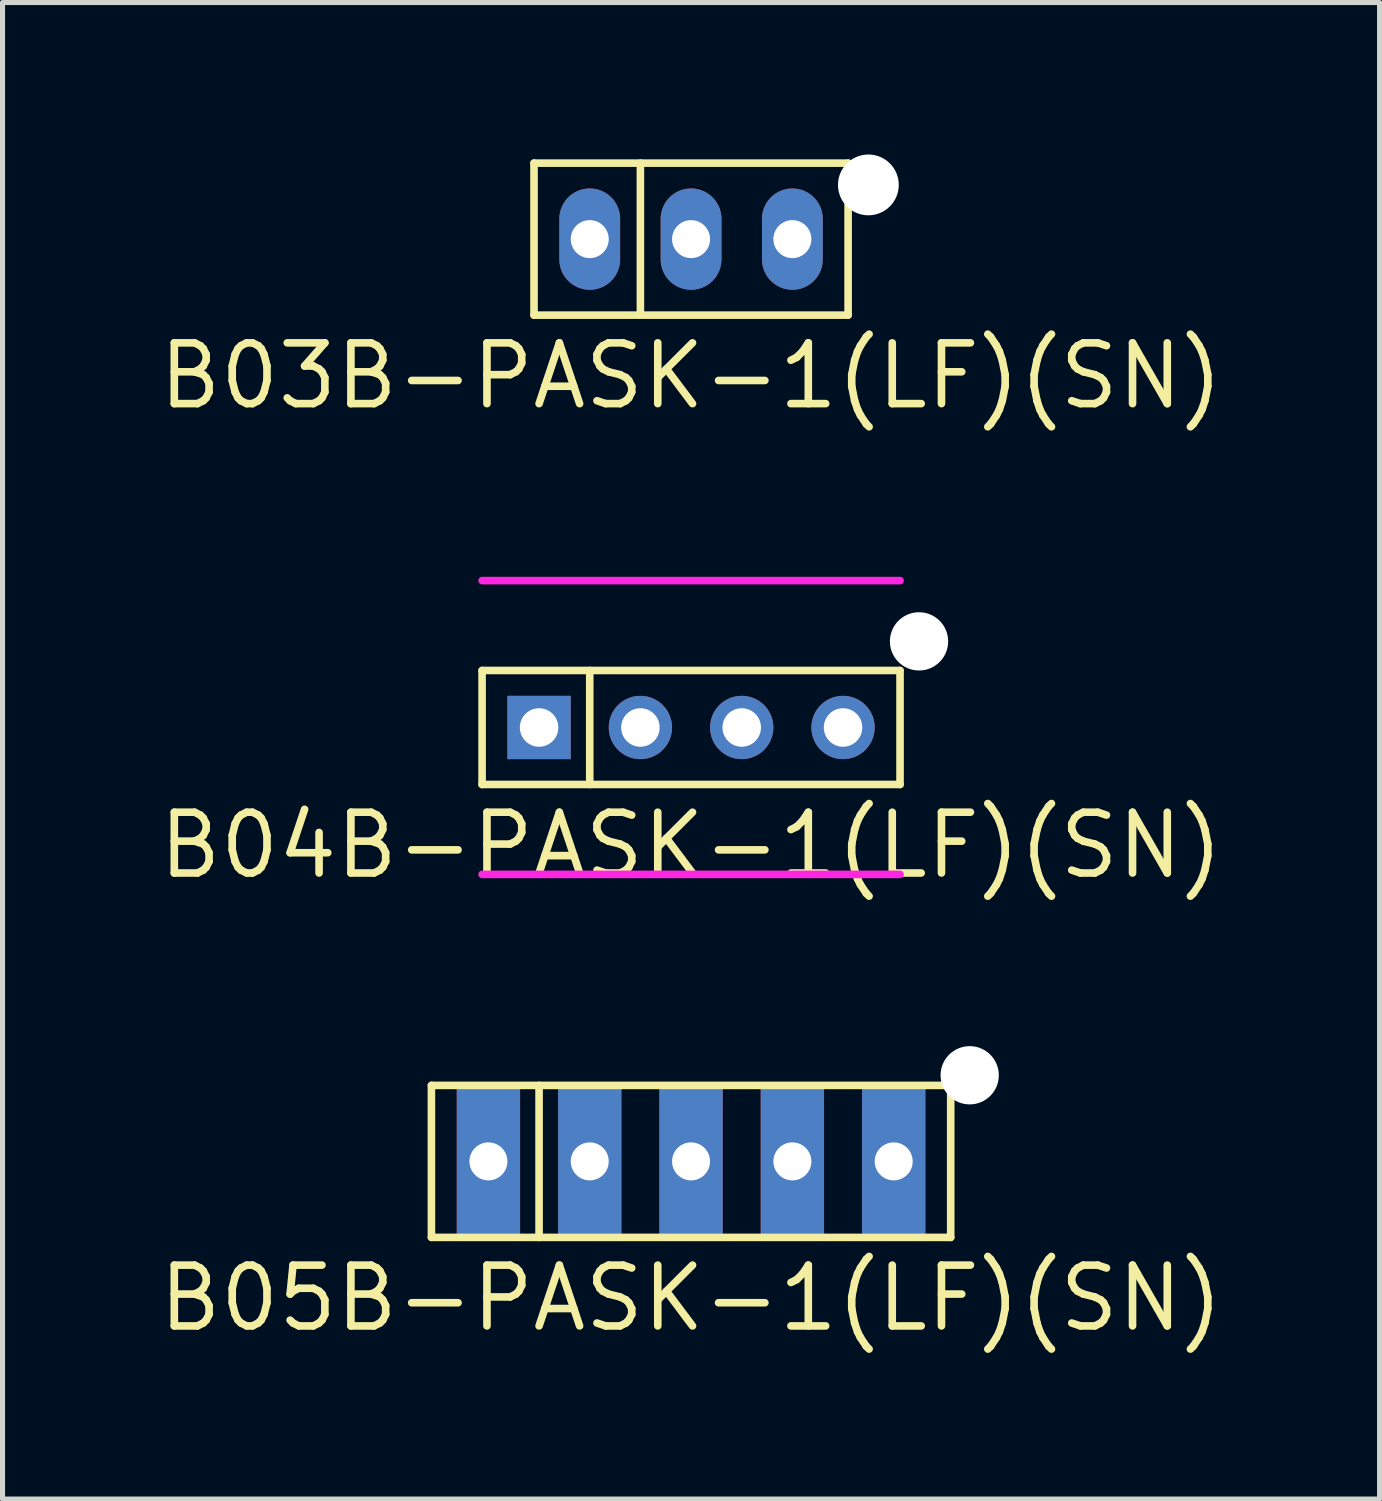
<source format=kicad_pcb>
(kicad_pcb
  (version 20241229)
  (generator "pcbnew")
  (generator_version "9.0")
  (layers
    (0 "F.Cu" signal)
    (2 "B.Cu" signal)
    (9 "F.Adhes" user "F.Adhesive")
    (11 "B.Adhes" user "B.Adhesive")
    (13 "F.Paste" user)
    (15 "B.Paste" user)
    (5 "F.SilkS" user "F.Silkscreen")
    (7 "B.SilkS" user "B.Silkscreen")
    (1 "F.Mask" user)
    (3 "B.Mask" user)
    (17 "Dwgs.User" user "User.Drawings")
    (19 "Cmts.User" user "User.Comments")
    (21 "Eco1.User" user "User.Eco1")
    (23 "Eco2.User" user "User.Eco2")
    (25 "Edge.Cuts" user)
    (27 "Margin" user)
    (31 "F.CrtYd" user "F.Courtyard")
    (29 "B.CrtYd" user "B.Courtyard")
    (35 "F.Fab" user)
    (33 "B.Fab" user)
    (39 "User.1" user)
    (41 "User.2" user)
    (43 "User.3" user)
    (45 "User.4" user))
  (footprint "B04B-PASK-1(LF)(SN)"
    (layer "F.Cu")
    (at 10.591 11.31)
    (property "Reference" "B04B-PASK-1(LF)(SN)" (at 0 2.325 0) (layer "F.SilkS") (effects (font (size 1.2 1.2) (thickness 0.15))))
    (attr through_hole)
    (fp_line (start -4.125 -1.125) (end 4.125 -1.125) (stroke (width 0.15) (type solid)) (layer "F.SilkS"))
    (fp_line (start -4.125 1.125) (end -4.125 -1.125) (stroke (width 0.15) (type solid)) (layer "F.SilkS"))
    (fp_line (start -2 -1.125) (end -2 1.125) (stroke (width 0.15) (type solid)) (layer "F.SilkS"))
    (fp_line (start 4.125 -1.125) (end 4.125 1.125) (stroke (width 0.15) (type solid)) (layer "F.SilkS"))
    (fp_line (start 4.125 1.125) (end -4.125 1.125) (stroke (width 0.15) (type solid)) (layer "F.SilkS"))
    (fp_line (start -4.125 -2.9) (end 4.125 -2.9) (stroke (width 0.15) (type solid)) (layer "F.CrtYd"))
    (fp_line (start -4.125 2.9) (end 4.125 2.9) (stroke (width 0.15) (type solid)) (layer "F.CrtYd"))
    (pad "" np_thru_hole circle (at 4.5 -1.7) (size 1.15 1.15) (drill 1.15) (layers "*.Cu" "*.Mask"))
    (pad "1" thru_hole rect (at -3 0) (size 1.25 1.25) (drill 0.76) (layers "*.Cu" "*.Mask"))
    (pad "2" thru_hole circle (at -1 0) (size 1.25 1.25) (drill 0.76) (layers "*.Cu" "*.Mask"))
    (pad "3" thru_hole circle (at 1 0) (size 1.25 1.25) (drill 0.76) (layers "*.Cu" "*.Mask"))
    (pad "4" thru_hole circle (at 3 0) (size 1.25 1.25) (drill 0.76) (layers "*.Cu" "*.Mask")))
  (footprint "B05B-PASK-1(LF)(SN)"
    (layer "F.Cu")
    (at 10.591 19.875)
    (property "Reference" "B05B-PASK-1(LF)(SN)" (at 0 2.7 0) (layer "F.SilkS") (effects (font (size 1.2 1.2) (thickness 0.15))))
    (attr through_hole)
    (fp_line (start -5.125 -1.5) (end 5.125 -1.5) (stroke (width 0.15) (type solid)) (layer "F.SilkS"))
    (fp_line (start -5.125 1.5) (end -5.125 -1.5) (stroke (width 0.15) (type solid)) (layer "F.SilkS"))
    (fp_line (start -3 -1.5) (end -3 1.5) (stroke (width 0.15) (type solid)) (layer "F.SilkS"))
    (fp_line (start 5.125 -1.5) (end 5.125 1.5) (stroke (width 0.15) (type solid)) (layer "F.SilkS"))
    (fp_line (start 5.125 1.5) (end -5.125 1.5) (stroke (width 0.15) (type solid)) (layer "F.SilkS"))
    (pad "" np_thru_hole circle (at 5.5 -1.7) (size 1.15 1.15) (drill 1.15) (layers "*.Cu" "*.Mask"))
    (pad "1" thru_hole rect (at -4 0) (size 1.25 3) (drill 0.75) (layers "*.Cu" "*.Mask"))
    (pad "2" thru_hole rect (at -2 0) (size 1.25 3) (drill 0.75) (layers "*.Cu" "*.Mask"))
    (pad "3" thru_hole rect (at 0 0) (size 1.25 3) (drill 0.75) (layers "*.Cu" "*.Mask"))
    (pad "4" thru_hole rect (at 2 0) (size 1.25 3) (drill 0.75) (layers "*.Cu" "*.Mask"))
    (pad "5" thru_hole rect (at 4 0) (size 1.25 3) (drill 0.75) (layers "*.Cu" "*.Mask")))
  (footprint "B03B-PASK-1(LF)(SN)"
    (layer "F.Cu")
    (at 10.591 1.67)
    (property "Reference" "B03B-PASK-1(LF)(SN)" (at 0 2.7 0) (layer "F.SilkS") (effects (font (size 1.2 1.2) (thickness 0.15))))
    (attr through_hole)
    (fp_line (start -3.1 -1.5) (end 3.1 -1.5) (stroke (width 0.15) (type solid)) (layer "F.SilkS"))
    (fp_line (start -3.1 1.5) (end -3.1 -1.5) (stroke (width 0.15) (type solid)) (layer "F.SilkS"))
    (fp_line (start -1 -1.5) (end -1 1.5) (stroke (width 0.15) (type solid)) (layer "F.SilkS"))
    (fp_line (start 3.1 -1.5) (end 3.1 1.5) (stroke (width 0.15) (type solid)) (layer "F.SilkS"))
    (fp_line (start 3.1 1.5) (end -3.1 1.5) (stroke (width 0.15) (type solid)) (layer "F.SilkS"))
    (pad "" np_thru_hole circle (at 3.5 -1.07) (size 1.2 1.2) (drill 1.2) (layers "*.Cu" "*.Mask"))
    (pad "1" thru_hole oval (at -2 0) (size 1.2 2) (drill 0.75) (layers "*.Cu" "*.Mask"))
    (pad "2" thru_hole oval (at 0 0) (size 1.2 2) (drill 0.75) (layers "*.Cu" "*.Mask"))
    (pad "3" thru_hole oval (at 2 0) (size 1.2 2) (drill 0.75) (layers "*.Cu" "*.Mask")))
  (gr_rect
    (start -3 -3)
    (end 24.181 26.541)
    (stroke (width 0.1) (type default))
    (fill no)
    (layer "Edge.Cuts")))
</source>
